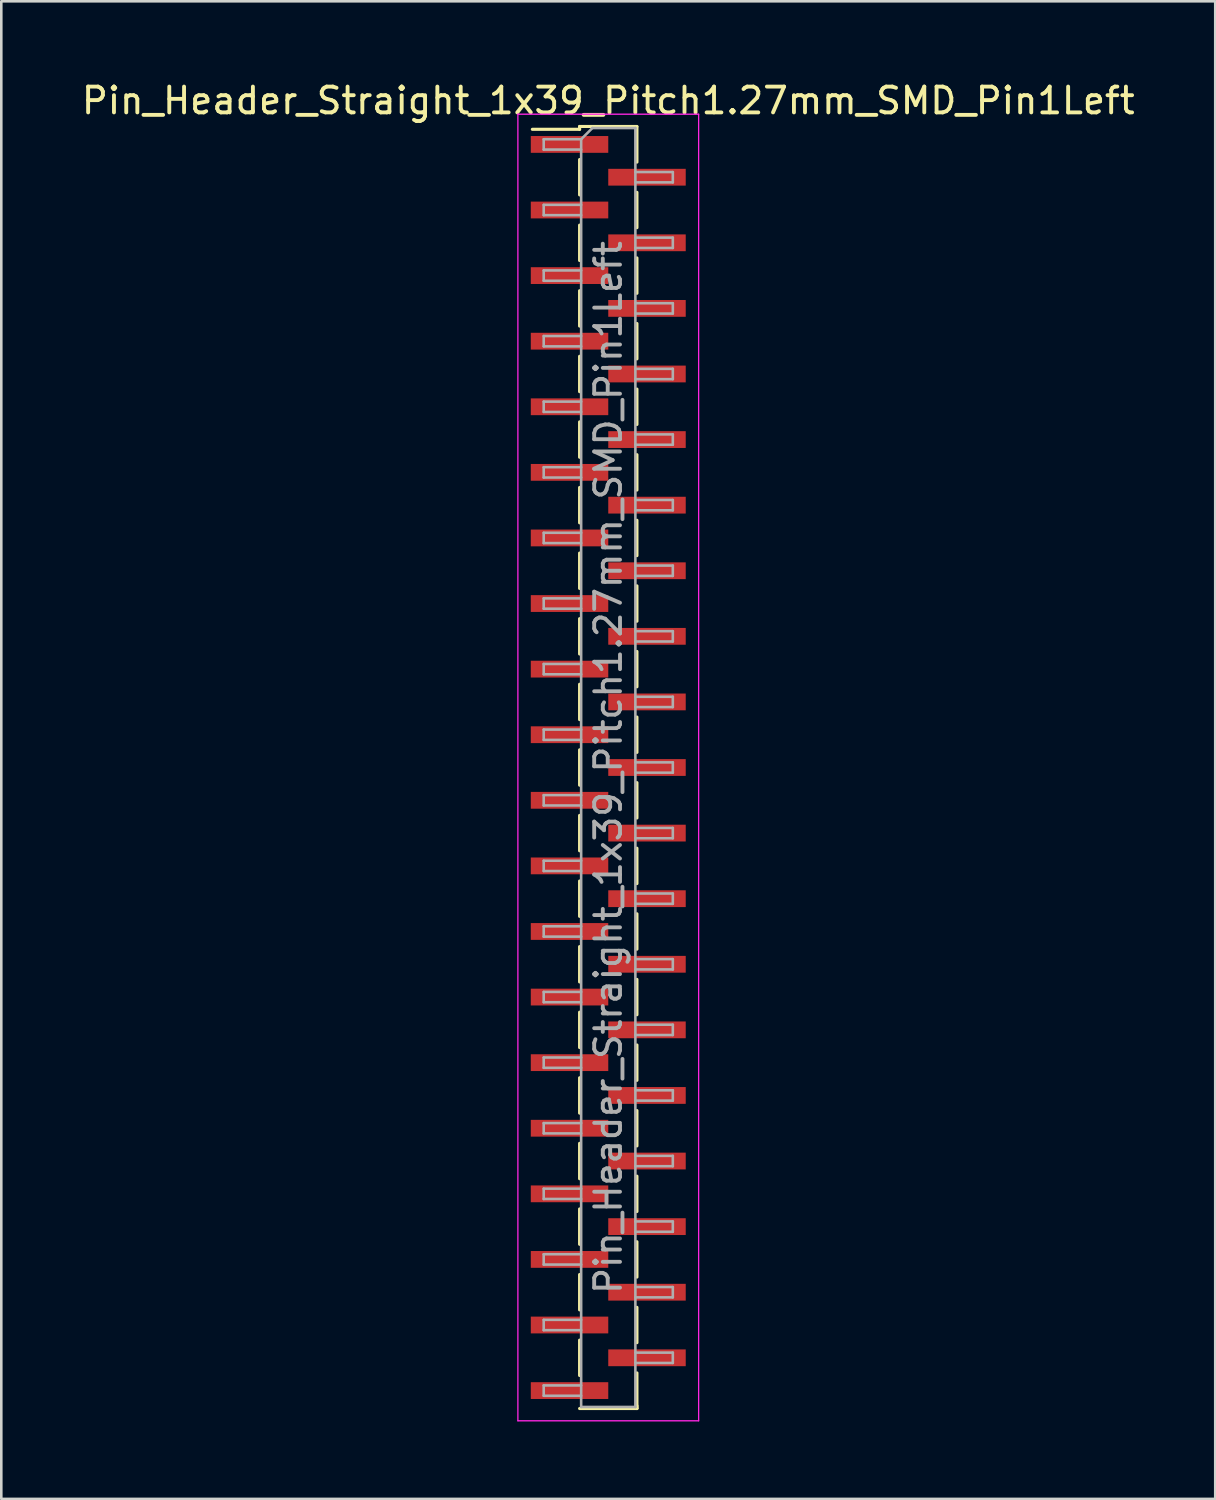
<source format=kicad_pcb>
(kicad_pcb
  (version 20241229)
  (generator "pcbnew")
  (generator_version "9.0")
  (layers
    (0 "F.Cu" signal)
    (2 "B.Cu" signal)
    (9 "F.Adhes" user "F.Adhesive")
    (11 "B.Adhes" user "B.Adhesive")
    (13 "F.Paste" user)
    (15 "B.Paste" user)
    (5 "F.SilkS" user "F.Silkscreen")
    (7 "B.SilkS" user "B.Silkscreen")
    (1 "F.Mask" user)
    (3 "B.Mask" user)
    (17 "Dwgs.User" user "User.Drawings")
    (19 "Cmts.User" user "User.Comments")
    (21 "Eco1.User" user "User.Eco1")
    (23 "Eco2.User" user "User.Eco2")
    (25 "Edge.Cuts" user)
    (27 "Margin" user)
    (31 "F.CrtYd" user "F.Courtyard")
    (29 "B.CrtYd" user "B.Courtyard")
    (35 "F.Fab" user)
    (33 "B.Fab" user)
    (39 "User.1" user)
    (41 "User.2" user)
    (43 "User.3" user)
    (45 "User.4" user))
  (footprint "Pin_Header_Straight_1x39_Pitch1.27mm_SMD_Pin1Left"
    (layer "F.Cu")
    (at 20.506 26.673)
    (property "Reference" "Pin_Header_Straight_1x39_Pitch1.27mm_SMD_Pin1Left" (at 0 -25.825 0) (layer "F.SilkS") (effects (font (size 1 1) (thickness 0.15))))
    (attr smd)
    (fp_line (start -1.11 -24.825) (end -1.11 -24.715) (stroke (width 0.12) (type solid)) (layer "F.SilkS"))
    (fp_line (start -1.11 -24.825) (end 1.11 -24.825) (stroke (width 0.12) (type solid)) (layer "F.SilkS"))
    (fp_line (start -1.11 -24.715) (end -2.94 -24.715) (stroke (width 0.12) (type solid)) (layer "F.SilkS"))
    (fp_line (start -1.11 -23.545) (end -1.11 -22.175) (stroke (width 0.12) (type solid)) (layer "F.SilkS"))
    (fp_line (start -1.11 -21.005) (end -1.11 -19.635) (stroke (width 0.12) (type solid)) (layer "F.SilkS"))
    (fp_line (start -1.11 -18.465) (end -1.11 -17.095) (stroke (width 0.12) (type solid)) (layer "F.SilkS"))
    (fp_line (start -1.11 -15.925) (end -1.11 -14.555) (stroke (width 0.12) (type solid)) (layer "F.SilkS"))
    (fp_line (start -1.11 -13.385) (end -1.11 -12.015) (stroke (width 0.12) (type solid)) (layer "F.SilkS"))
    (fp_line (start -1.11 -10.845) (end -1.11 -9.475) (stroke (width 0.12) (type solid)) (layer "F.SilkS"))
    (fp_line (start -1.11 -8.305) (end -1.11 -6.935) (stroke (width 0.12) (type solid)) (layer "F.SilkS"))
    (fp_line (start -1.11 -5.765) (end -1.11 -4.395) (stroke (width 0.12) (type solid)) (layer "F.SilkS"))
    (fp_line (start -1.11 -3.225) (end -1.11 -1.855) (stroke (width 0.12) (type solid)) (layer "F.SilkS"))
    (fp_line (start -1.11 -0.685) (end -1.11 0.685) (stroke (width 0.12) (type solid)) (layer "F.SilkS"))
    (fp_line (start -1.11 1.855) (end -1.11 3.225) (stroke (width 0.12) (type solid)) (layer "F.SilkS"))
    (fp_line (start -1.11 4.395) (end -1.11 5.765) (stroke (width 0.12) (type solid)) (layer "F.SilkS"))
    (fp_line (start -1.11 6.935) (end -1.11 8.305) (stroke (width 0.12) (type solid)) (layer "F.SilkS"))
    (fp_line (start -1.11 9.475) (end -1.11 10.845) (stroke (width 0.12) (type solid)) (layer "F.SilkS"))
    (fp_line (start -1.11 12.015) (end -1.11 13.385) (stroke (width 0.12) (type solid)) (layer "F.SilkS"))
    (fp_line (start -1.11 14.555) (end -1.11 15.925) (stroke (width 0.12) (type solid)) (layer "F.SilkS"))
    (fp_line (start -1.11 17.095) (end -1.11 18.465) (stroke (width 0.12) (type solid)) (layer "F.SilkS"))
    (fp_line (start -1.11 19.635) (end -1.11 21.005) (stroke (width 0.12) (type solid)) (layer "F.SilkS"))
    (fp_line (start -1.11 22.175) (end -1.11 23.545) (stroke (width 0.12) (type solid)) (layer "F.SilkS"))
    (fp_line (start -1.11 24.825) (end 1.11 24.825) (stroke (width 0.12) (type solid)) (layer "F.SilkS"))
    (fp_line (start 1.11 -24.815) (end 1.11 -23.445) (stroke (width 0.12) (type solid)) (layer "F.SilkS"))
    (fp_line (start 1.11 -22.275) (end 1.11 -20.905) (stroke (width 0.12) (type solid)) (layer "F.SilkS"))
    (fp_line (start 1.11 -19.735) (end 1.11 -18.365) (stroke (width 0.12) (type solid)) (layer "F.SilkS"))
    (fp_line (start 1.11 -17.195) (end 1.11 -15.825) (stroke (width 0.12) (type solid)) (layer "F.SilkS"))
    (fp_line (start 1.11 -14.655) (end 1.11 -13.285) (stroke (width 0.12) (type solid)) (layer "F.SilkS"))
    (fp_line (start 1.11 -12.115) (end 1.11 -10.745) (stroke (width 0.12) (type solid)) (layer "F.SilkS"))
    (fp_line (start 1.11 -9.575) (end 1.11 -8.205) (stroke (width 0.12) (type solid)) (layer "F.SilkS"))
    (fp_line (start 1.11 -7.035) (end 1.11 -5.665) (stroke (width 0.12) (type solid)) (layer "F.SilkS"))
    (fp_line (start 1.11 -4.495) (end 1.11 -3.125) (stroke (width 0.12) (type solid)) (layer "F.SilkS"))
    (fp_line (start 1.11 -1.955) (end 1.11 -0.585) (stroke (width 0.12) (type solid)) (layer "F.SilkS"))
    (fp_line (start 1.11 0.585) (end 1.11 1.955) (stroke (width 0.12) (type solid)) (layer "F.SilkS"))
    (fp_line (start 1.11 3.125) (end 1.11 4.495) (stroke (width 0.12) (type solid)) (layer "F.SilkS"))
    (fp_line (start 1.11 5.665) (end 1.11 7.035) (stroke (width 0.12) (type solid)) (layer "F.SilkS"))
    (fp_line (start 1.11 8.205) (end 1.11 9.575) (stroke (width 0.12) (type solid)) (layer "F.SilkS"))
    (fp_line (start 1.11 10.745) (end 1.11 12.115) (stroke (width 0.12) (type solid)) (layer "F.SilkS"))
    (fp_line (start 1.11 13.285) (end 1.11 14.655) (stroke (width 0.12) (type solid)) (layer "F.SilkS"))
    (fp_line (start 1.11 15.825) (end 1.11 17.195) (stroke (width 0.12) (type solid)) (layer "F.SilkS"))
    (fp_line (start 1.11 18.365) (end 1.11 19.735) (stroke (width 0.12) (type solid)) (layer "F.SilkS"))
    (fp_line (start 1.11 20.905) (end 1.11 22.275) (stroke (width 0.12) (type solid)) (layer "F.SilkS"))
    (fp_line (start 1.11 23.445) (end 1.11 24.815) (stroke (width 0.12) (type solid)) (layer "F.SilkS"))
    (fp_line (start 1.11 24.715) (end 1.11 24.825) (stroke (width 0.12) (type solid)) (layer "F.SilkS"))
    (fp_line (start -3.5 -25.3) (end -3.5 25.3) (stroke (width 0.05) (type solid)) (layer "F.CrtYd"))
    (fp_line (start -3.5 25.3) (end 3.5 25.3) (stroke (width 0.05) (type solid)) (layer "F.CrtYd"))
    (fp_line (start 3.5 -25.3) (end -3.5 -25.3) (stroke (width 0.05) (type solid)) (layer "F.CrtYd"))
    (fp_line (start 3.5 25.3) (end 3.5 -25.3) (stroke (width 0.05) (type solid)) (layer "F.CrtYd"))
    (fp_line (start -2.5 -24.33) (end -2.5 -23.93) (stroke (width 0.1) (type solid)) (layer "F.Fab"))
    (fp_line (start -2.5 -23.93) (end -1.05 -23.93) (stroke (width 0.1) (type solid)) (layer "F.Fab"))
    (fp_line (start -2.5 -21.79) (end -2.5 -21.39) (stroke (width 0.1) (type solid)) (layer "F.Fab"))
    (fp_line (start -2.5 -21.39) (end -1.05 -21.39) (stroke (width 0.1) (type solid)) (layer "F.Fab"))
    (fp_line (start -2.5 -19.25) (end -2.5 -18.85) (stroke (width 0.1) (type solid)) (layer "F.Fab"))
    (fp_line (start -2.5 -18.85) (end -1.05 -18.85) (stroke (width 0.1) (type solid)) (layer "F.Fab"))
    (fp_line (start -2.5 -16.71) (end -2.5 -16.31) (stroke (width 0.1) (type solid)) (layer "F.Fab"))
    (fp_line (start -2.5 -16.31) (end -1.05 -16.31) (stroke (width 0.1) (type solid)) (layer "F.Fab"))
    (fp_line (start -2.5 -14.17) (end -2.5 -13.77) (stroke (width 0.1) (type solid)) (layer "F.Fab"))
    (fp_line (start -2.5 -13.77) (end -1.05 -13.77) (stroke (width 0.1) (type solid)) (layer "F.Fab"))
    (fp_line (start -2.5 -11.63) (end -2.5 -11.23) (stroke (width 0.1) (type solid)) (layer "F.Fab"))
    (fp_line (start -2.5 -11.23) (end -1.05 -11.23) (stroke (width 0.1) (type solid)) (layer "F.Fab"))
    (fp_line (start -2.5 -9.09) (end -2.5 -8.69) (stroke (width 0.1) (type solid)) (layer "F.Fab"))
    (fp_line (start -2.5 -8.69) (end -1.05 -8.69) (stroke (width 0.1) (type solid)) (layer "F.Fab"))
    (fp_line (start -2.5 -6.55) (end -2.5 -6.15) (stroke (width 0.1) (type solid)) (layer "F.Fab"))
    (fp_line (start -2.5 -6.15) (end -1.05 -6.15) (stroke (width 0.1) (type solid)) (layer "F.Fab"))
    (fp_line (start -2.5 -4.01) (end -2.5 -3.61) (stroke (width 0.1) (type solid)) (layer "F.Fab"))
    (fp_line (start -2.5 -3.61) (end -1.05 -3.61) (stroke (width 0.1) (type solid)) (layer "F.Fab"))
    (fp_line (start -2.5 -1.47) (end -2.5 -1.07) (stroke (width 0.1) (type solid)) (layer "F.Fab"))
    (fp_line (start -2.5 -1.07) (end -1.05 -1.07) (stroke (width 0.1) (type solid)) (layer "F.Fab"))
    (fp_line (start -2.5 1.07) (end -2.5 1.47) (stroke (width 0.1) (type solid)) (layer "F.Fab"))
    (fp_line (start -2.5 1.47) (end -1.05 1.47) (stroke (width 0.1) (type solid)) (layer "F.Fab"))
    (fp_line (start -2.5 3.61) (end -2.5 4.01) (stroke (width 0.1) (type solid)) (layer "F.Fab"))
    (fp_line (start -2.5 4.01) (end -1.05 4.01) (stroke (width 0.1) (type solid)) (layer "F.Fab"))
    (fp_line (start -2.5 6.15) (end -2.5 6.55) (stroke (width 0.1) (type solid)) (layer "F.Fab"))
    (fp_line (start -2.5 6.55) (end -1.05 6.55) (stroke (width 0.1) (type solid)) (layer "F.Fab"))
    (fp_line (start -2.5 8.69) (end -2.5 9.09) (stroke (width 0.1) (type solid)) (layer "F.Fab"))
    (fp_line (start -2.5 9.09) (end -1.05 9.09) (stroke (width 0.1) (type solid)) (layer "F.Fab"))
    (fp_line (start -2.5 11.23) (end -2.5 11.63) (stroke (width 0.1) (type solid)) (layer "F.Fab"))
    (fp_line (start -2.5 11.63) (end -1.05 11.63) (stroke (width 0.1) (type solid)) (layer "F.Fab"))
    (fp_line (start -2.5 13.77) (end -2.5 14.17) (stroke (width 0.1) (type solid)) (layer "F.Fab"))
    (fp_line (start -2.5 14.17) (end -1.05 14.17) (stroke (width 0.1) (type solid)) (layer "F.Fab"))
    (fp_line (start -2.5 16.31) (end -2.5 16.71) (stroke (width 0.1) (type solid)) (layer "F.Fab"))
    (fp_line (start -2.5 16.71) (end -1.05 16.71) (stroke (width 0.1) (type solid)) (layer "F.Fab"))
    (fp_line (start -2.5 18.85) (end -2.5 19.25) (stroke (width 0.1) (type solid)) (layer "F.Fab"))
    (fp_line (start -2.5 19.25) (end -1.05 19.25) (stroke (width 0.1) (type solid)) (layer "F.Fab"))
    (fp_line (start -2.5 21.39) (end -2.5 21.79) (stroke (width 0.1) (type solid)) (layer "F.Fab"))
    (fp_line (start -2.5 21.79) (end -1.05 21.79) (stroke (width 0.1) (type solid)) (layer "F.Fab"))
    (fp_line (start -2.5 23.93) (end -2.5 24.33) (stroke (width 0.1) (type solid)) (layer "F.Fab"))
    (fp_line (start -2.5 24.33) (end -1.05 24.33) (stroke (width 0.1) (type solid)) (layer "F.Fab"))
    (fp_line (start -1.05 -24.33) (end -2.5 -24.33) (stroke (width 0.1) (type solid)) (layer "F.Fab"))
    (fp_line (start -1.05 -24.33) (end -0.615 -24.765) (stroke (width 0.1) (type solid)) (layer "F.Fab"))
    (fp_line (start -1.05 -21.79) (end -2.5 -21.79) (stroke (width 0.1) (type solid)) (layer "F.Fab"))
    (fp_line (start -1.05 -19.25) (end -2.5 -19.25) (stroke (width 0.1) (type solid)) (layer "F.Fab"))
    (fp_line (start -1.05 -16.71) (end -2.5 -16.71) (stroke (width 0.1) (type solid)) (layer "F.Fab"))
    (fp_line (start -1.05 -14.17) (end -2.5 -14.17) (stroke (width 0.1) (type solid)) (layer "F.Fab"))
    (fp_line (start -1.05 -11.63) (end -2.5 -11.63) (stroke (width 0.1) (type solid)) (layer "F.Fab"))
    (fp_line (start -1.05 -9.09) (end -2.5 -9.09) (stroke (width 0.1) (type solid)) (layer "F.Fab"))
    (fp_line (start -1.05 -6.55) (end -2.5 -6.55) (stroke (width 0.1) (type solid)) (layer "F.Fab"))
    (fp_line (start -1.05 -4.01) (end -2.5 -4.01) (stroke (width 0.1) (type solid)) (layer "F.Fab"))
    (fp_line (start -1.05 -1.47) (end -2.5 -1.47) (stroke (width 0.1) (type solid)) (layer "F.Fab"))
    (fp_line (start -1.05 1.07) (end -2.5 1.07) (stroke (width 0.1) (type solid)) (layer "F.Fab"))
    (fp_line (start -1.05 3.61) (end -2.5 3.61) (stroke (width 0.1) (type solid)) (layer "F.Fab"))
    (fp_line (start -1.05 6.15) (end -2.5 6.15) (stroke (width 0.1) (type solid)) (layer "F.Fab"))
    (fp_line (start -1.05 8.69) (end -2.5 8.69) (stroke (width 0.1) (type solid)) (layer "F.Fab"))
    (fp_line (start -1.05 11.23) (end -2.5 11.23) (stroke (width 0.1) (type solid)) (layer "F.Fab"))
    (fp_line (start -1.05 13.77) (end -2.5 13.77) (stroke (width 0.1) (type solid)) (layer "F.Fab"))
    (fp_line (start -1.05 16.31) (end -2.5 16.31) (stroke (width 0.1) (type solid)) (layer "F.Fab"))
    (fp_line (start -1.05 18.85) (end -2.5 18.85) (stroke (width 0.1) (type solid)) (layer "F.Fab"))
    (fp_line (start -1.05 21.39) (end -2.5 21.39) (stroke (width 0.1) (type solid)) (layer "F.Fab"))
    (fp_line (start -1.05 23.93) (end -2.5 23.93) (stroke (width 0.1) (type solid)) (layer "F.Fab"))
    (fp_line (start -1.05 24.765) (end -1.05 -24.33) (stroke (width 0.1) (type solid)) (layer "F.Fab"))
    (fp_line (start -0.615 -24.765) (end 1.05 -24.765) (stroke (width 0.1) (type solid)) (layer "F.Fab"))
    (fp_line (start 1.05 -24.765) (end 1.05 24.765) (stroke (width 0.1) (type solid)) (layer "F.Fab"))
    (fp_line (start 1.05 -23.06) (end 2.5 -23.06) (stroke (width 0.1) (type solid)) (layer "F.Fab"))
    (fp_line (start 1.05 -20.52) (end 2.5 -20.52) (stroke (width 0.1) (type solid)) (layer "F.Fab"))
    (fp_line (start 1.05 -17.98) (end 2.5 -17.98) (stroke (width 0.1) (type solid)) (layer "F.Fab"))
    (fp_line (start 1.05 -15.44) (end 2.5 -15.44) (stroke (width 0.1) (type solid)) (layer "F.Fab"))
    (fp_line (start 1.05 -12.9) (end 2.5 -12.9) (stroke (width 0.1) (type solid)) (layer "F.Fab"))
    (fp_line (start 1.05 -10.36) (end 2.5 -10.36) (stroke (width 0.1) (type solid)) (layer "F.Fab"))
    (fp_line (start 1.05 -7.82) (end 2.5 -7.82) (stroke (width 0.1) (type solid)) (layer "F.Fab"))
    (fp_line (start 1.05 -5.28) (end 2.5 -5.28) (stroke (width 0.1) (type solid)) (layer "F.Fab"))
    (fp_line (start 1.05 -2.74) (end 2.5 -2.74) (stroke (width 0.1) (type solid)) (layer "F.Fab"))
    (fp_line (start 1.05 -0.2) (end 2.5 -0.2) (stroke (width 0.1) (type solid)) (layer "F.Fab"))
    (fp_line (start 1.05 2.34) (end 2.5 2.34) (stroke (width 0.1) (type solid)) (layer "F.Fab"))
    (fp_line (start 1.05 4.88) (end 2.5 4.88) (stroke (width 0.1) (type solid)) (layer "F.Fab"))
    (fp_line (start 1.05 7.42) (end 2.5 7.42) (stroke (width 0.1) (type solid)) (layer "F.Fab"))
    (fp_line (start 1.05 9.96) (end 2.5 9.96) (stroke (width 0.1) (type solid)) (layer "F.Fab"))
    (fp_line (start 1.05 12.5) (end 2.5 12.5) (stroke (width 0.1) (type solid)) (layer "F.Fab"))
    (fp_line (start 1.05 15.04) (end 2.5 15.04) (stroke (width 0.1) (type solid)) (layer "F.Fab"))
    (fp_line (start 1.05 17.58) (end 2.5 17.58) (stroke (width 0.1) (type solid)) (layer "F.Fab"))
    (fp_line (start 1.05 20.12) (end 2.5 20.12) (stroke (width 0.1) (type solid)) (layer "F.Fab"))
    (fp_line (start 1.05 22.66) (end 2.5 22.66) (stroke (width 0.1) (type solid)) (layer "F.Fab"))
    (fp_line (start 1.05 24.765) (end -1.05 24.765) (stroke (width 0.1) (type solid)) (layer "F.Fab"))
    (fp_line (start 2.5 -23.06) (end 2.5 -22.66) (stroke (width 0.1) (type solid)) (layer "F.Fab"))
    (fp_line (start 2.5 -22.66) (end 1.05 -22.66) (stroke (width 0.1) (type solid)) (layer "F.Fab"))
    (fp_line (start 2.5 -20.52) (end 2.5 -20.12) (stroke (width 0.1) (type solid)) (layer "F.Fab"))
    (fp_line (start 2.5 -20.12) (end 1.05 -20.12) (stroke (width 0.1) (type solid)) (layer "F.Fab"))
    (fp_line (start 2.5 -17.98) (end 2.5 -17.58) (stroke (width 0.1) (type solid)) (layer "F.Fab"))
    (fp_line (start 2.5 -17.58) (end 1.05 -17.58) (stroke (width 0.1) (type solid)) (layer "F.Fab"))
    (fp_line (start 2.5 -15.44) (end 2.5 -15.04) (stroke (width 0.1) (type solid)) (layer "F.Fab"))
    (fp_line (start 2.5 -15.04) (end 1.05 -15.04) (stroke (width 0.1) (type solid)) (layer "F.Fab"))
    (fp_line (start 2.5 -12.9) (end 2.5 -12.5) (stroke (width 0.1) (type solid)) (layer "F.Fab"))
    (fp_line (start 2.5 -12.5) (end 1.05 -12.5) (stroke (width 0.1) (type solid)) (layer "F.Fab"))
    (fp_line (start 2.5 -10.36) (end 2.5 -9.96) (stroke (width 0.1) (type solid)) (layer "F.Fab"))
    (fp_line (start 2.5 -9.96) (end 1.05 -9.96) (stroke (width 0.1) (type solid)) (layer "F.Fab"))
    (fp_line (start 2.5 -7.82) (end 2.5 -7.42) (stroke (width 0.1) (type solid)) (layer "F.Fab"))
    (fp_line (start 2.5 -7.42) (end 1.05 -7.42) (stroke (width 0.1) (type solid)) (layer "F.Fab"))
    (fp_line (start 2.5 -5.28) (end 2.5 -4.88) (stroke (width 0.1) (type solid)) (layer "F.Fab"))
    (fp_line (start 2.5 -4.88) (end 1.05 -4.88) (stroke (width 0.1) (type solid)) (layer "F.Fab"))
    (fp_line (start 2.5 -2.74) (end 2.5 -2.34) (stroke (width 0.1) (type solid)) (layer "F.Fab"))
    (fp_line (start 2.5 -2.34) (end 1.05 -2.34) (stroke (width 0.1) (type solid)) (layer "F.Fab"))
    (fp_line (start 2.5 -0.2) (end 2.5 0.2) (stroke (width 0.1) (type solid)) (layer "F.Fab"))
    (fp_line (start 2.5 0.2) (end 1.05 0.2) (stroke (width 0.1) (type solid)) (layer "F.Fab"))
    (fp_line (start 2.5 2.34) (end 2.5 2.74) (stroke (width 0.1) (type solid)) (layer "F.Fab"))
    (fp_line (start 2.5 2.74) (end 1.05 2.74) (stroke (width 0.1) (type solid)) (layer "F.Fab"))
    (fp_line (start 2.5 4.88) (end 2.5 5.28) (stroke (width 0.1) (type solid)) (layer "F.Fab"))
    (fp_line (start 2.5 5.28) (end 1.05 5.28) (stroke (width 0.1) (type solid)) (layer "F.Fab"))
    (fp_line (start 2.5 7.42) (end 2.5 7.82) (stroke (width 0.1) (type solid)) (layer "F.Fab"))
    (fp_line (start 2.5 7.82) (end 1.05 7.82) (stroke (width 0.1) (type solid)) (layer "F.Fab"))
    (fp_line (start 2.5 9.96) (end 2.5 10.36) (stroke (width 0.1) (type solid)) (layer "F.Fab"))
    (fp_line (start 2.5 10.36) (end 1.05 10.36) (stroke (width 0.1) (type solid)) (layer "F.Fab"))
    (fp_line (start 2.5 12.5) (end 2.5 12.9) (stroke (width 0.1) (type solid)) (layer "F.Fab"))
    (fp_line (start 2.5 12.9) (end 1.05 12.9) (stroke (width 0.1) (type solid)) (layer "F.Fab"))
    (fp_line (start 2.5 15.04) (end 2.5 15.44) (stroke (width 0.1) (type solid)) (layer "F.Fab"))
    (fp_line (start 2.5 15.44) (end 1.05 15.44) (stroke (width 0.1) (type solid)) (layer "F.Fab"))
    (fp_line (start 2.5 17.58) (end 2.5 17.98) (stroke (width 0.1) (type solid)) (layer "F.Fab"))
    (fp_line (start 2.5 17.98) (end 1.05 17.98) (stroke (width 0.1) (type solid)) (layer "F.Fab"))
    (fp_line (start 2.5 20.12) (end 2.5 20.52) (stroke (width 0.1) (type solid)) (layer "F.Fab"))
    (fp_line (start 2.5 20.52) (end 1.05 20.52) (stroke (width 0.1) (type solid)) (layer "F.Fab"))
    (fp_line (start 2.5 22.66) (end 2.5 23.06) (stroke (width 0.1) (type solid)) (layer "F.Fab"))
    (fp_line (start 2.5 23.06) (end 1.05 23.06) (stroke (width 0.1) (type solid)) (layer "F.Fab"))
    (fp_text user "${REFERENCE}" (at 0 0 90) (layer "F.Fab") (effects (font (size 1 1) (thickness 0.15))))
    (pad "1" smd rect (at -1.5 -24.13) (size 3 0.65) (layers "F.Cu" "F.Mask" "F.Paste"))
    (pad "2" smd rect (at 1.5 -22.86) (size 3 0.65) (layers "F.Cu" "F.Mask" "F.Paste"))
    (pad "3" smd rect (at -1.5 -21.59) (size 3 0.65) (layers "F.Cu" "F.Mask" "F.Paste"))
    (pad "4" smd rect (at 1.5 -20.32) (size 3 0.65) (layers "F.Cu" "F.Mask" "F.Paste"))
    (pad "5" smd rect (at -1.5 -19.05) (size 3 0.65) (layers "F.Cu" "F.Mask" "F.Paste"))
    (pad "6" smd rect (at 1.5 -17.78) (size 3 0.65) (layers "F.Cu" "F.Mask" "F.Paste"))
    (pad "7" smd rect (at -1.5 -16.51) (size 3 0.65) (layers "F.Cu" "F.Mask" "F.Paste"))
    (pad "8" smd rect (at 1.5 -15.24) (size 3 0.65) (layers "F.Cu" "F.Mask" "F.Paste"))
    (pad "9" smd rect (at -1.5 -13.97) (size 3 0.65) (layers "F.Cu" "F.Mask" "F.Paste"))
    (pad "10" smd rect (at 1.5 -12.7) (size 3 0.65) (layers "F.Cu" "F.Mask" "F.Paste"))
    (pad "11" smd rect (at -1.5 -11.43) (size 3 0.65) (layers "F.Cu" "F.Mask" "F.Paste"))
    (pad "12" smd rect (at 1.5 -10.16) (size 3 0.65) (layers "F.Cu" "F.Mask" "F.Paste"))
    (pad "13" smd rect (at -1.5 -8.89) (size 3 0.65) (layers "F.Cu" "F.Mask" "F.Paste"))
    (pad "14" smd rect (at 1.5 -7.62) (size 3 0.65) (layers "F.Cu" "F.Mask" "F.Paste"))
    (pad "15" smd rect (at -1.5 -6.35) (size 3 0.65) (layers "F.Cu" "F.Mask" "F.Paste"))
    (pad "16" smd rect (at 1.5 -5.08) (size 3 0.65) (layers "F.Cu" "F.Mask" "F.Paste"))
    (pad "17" smd rect (at -1.5 -3.81) (size 3 0.65) (layers "F.Cu" "F.Mask" "F.Paste"))
    (pad "18" smd rect (at 1.5 -2.54) (size 3 0.65) (layers "F.Cu" "F.Mask" "F.Paste"))
    (pad "19" smd rect (at -1.5 -1.27) (size 3 0.65) (layers "F.Cu" "F.Mask" "F.Paste"))
    (pad "20" smd rect (at 1.5 0) (size 3 0.65) (layers "F.Cu" "F.Mask" "F.Paste"))
    (pad "21" smd rect (at -1.5 1.27) (size 3 0.65) (layers "F.Cu" "F.Mask" "F.Paste"))
    (pad "22" smd rect (at 1.5 2.54) (size 3 0.65) (layers "F.Cu" "F.Mask" "F.Paste"))
    (pad "23" smd rect (at -1.5 3.81) (size 3 0.65) (layers "F.Cu" "F.Mask" "F.Paste"))
    (pad "24" smd rect (at 1.5 5.08) (size 3 0.65) (layers "F.Cu" "F.Mask" "F.Paste"))
    (pad "25" smd rect (at -1.5 6.35) (size 3 0.65) (layers "F.Cu" "F.Mask" "F.Paste"))
    (pad "26" smd rect (at 1.5 7.62) (size 3 0.65) (layers "F.Cu" "F.Mask" "F.Paste"))
    (pad "27" smd rect (at -1.5 8.89) (size 3 0.65) (layers "F.Cu" "F.Mask" "F.Paste"))
    (pad "28" smd rect (at 1.5 10.16) (size 3 0.65) (layers "F.Cu" "F.Mask" "F.Paste"))
    (pad "29" smd rect (at -1.5 11.43) (size 3 0.65) (layers "F.Cu" "F.Mask" "F.Paste"))
    (pad "30" smd rect (at 1.5 12.7) (size 3 0.65) (layers "F.Cu" "F.Mask" "F.Paste"))
    (pad "31" smd rect (at -1.5 13.97) (size 3 0.65) (layers "F.Cu" "F.Mask" "F.Paste"))
    (pad "32" smd rect (at 1.5 15.24) (size 3 0.65) (layers "F.Cu" "F.Mask" "F.Paste"))
    (pad "33" smd rect (at -1.5 16.51) (size 3 0.65) (layers "F.Cu" "F.Mask" "F.Paste"))
    (pad "34" smd rect (at 1.5 17.78) (size 3 0.65) (layers "F.Cu" "F.Mask" "F.Paste"))
    (pad "35" smd rect (at -1.5 19.05) (size 3 0.65) (layers "F.Cu" "F.Mask" "F.Paste"))
    (pad "36" smd rect (at 1.5 20.32) (size 3 0.65) (layers "F.Cu" "F.Mask" "F.Paste"))
    (pad "37" smd rect (at -1.5 21.59) (size 3 0.65) (layers "F.Cu" "F.Mask" "F.Paste"))
    (pad "38" smd rect (at 1.5 22.86) (size 3 0.65) (layers "F.Cu" "F.Mask" "F.Paste"))
    (pad "39" smd rect (at -1.5 24.13) (size 3 0.65) (layers "F.Cu" "F.Mask" "F.Paste")))
  (gr_rect
    (start -3 -3)
    (end 44.012 54.998)
    (stroke (width 0.1) (type default))
    (fill no)
    (layer "Edge.Cuts")))
</source>
